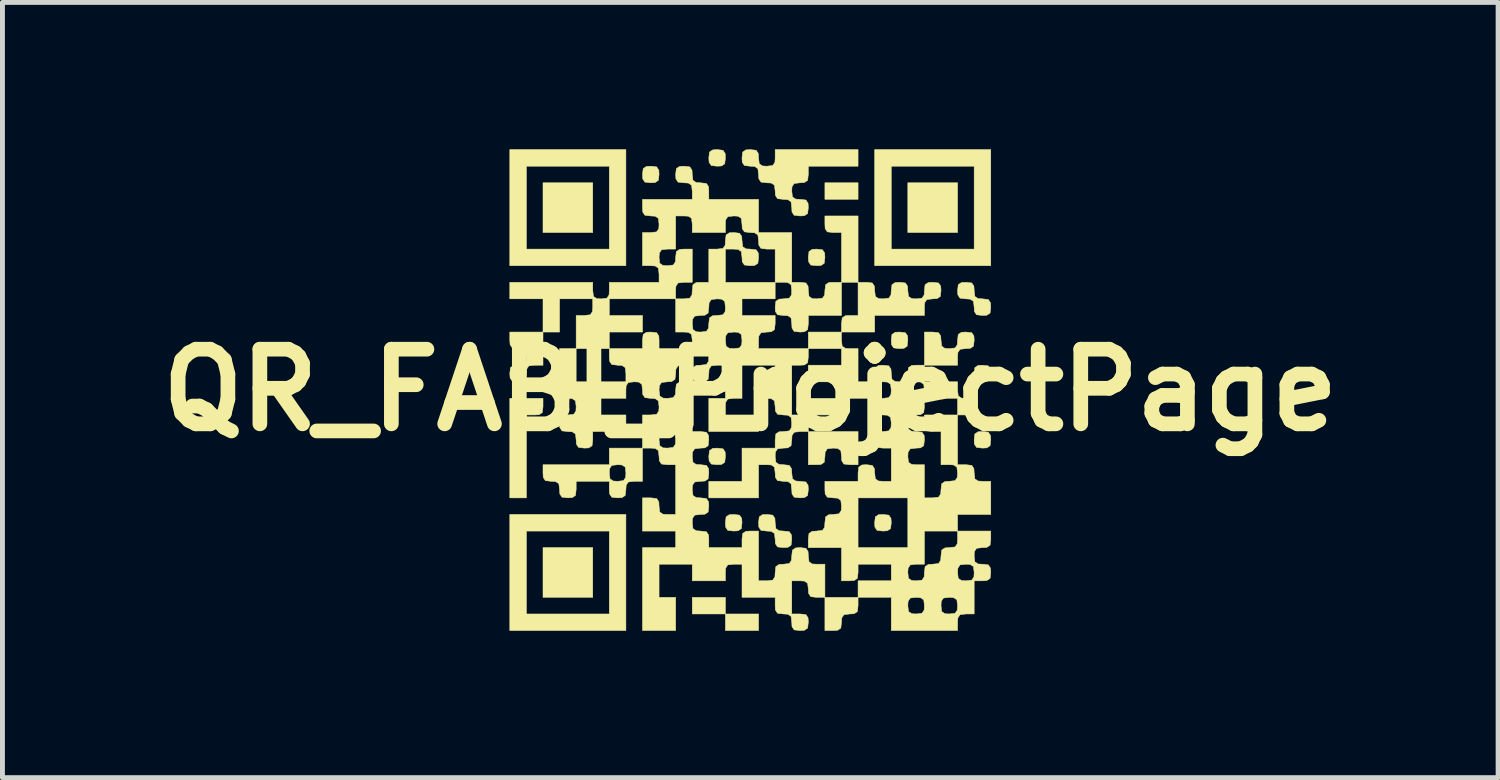
<source format=kicad_pcb>
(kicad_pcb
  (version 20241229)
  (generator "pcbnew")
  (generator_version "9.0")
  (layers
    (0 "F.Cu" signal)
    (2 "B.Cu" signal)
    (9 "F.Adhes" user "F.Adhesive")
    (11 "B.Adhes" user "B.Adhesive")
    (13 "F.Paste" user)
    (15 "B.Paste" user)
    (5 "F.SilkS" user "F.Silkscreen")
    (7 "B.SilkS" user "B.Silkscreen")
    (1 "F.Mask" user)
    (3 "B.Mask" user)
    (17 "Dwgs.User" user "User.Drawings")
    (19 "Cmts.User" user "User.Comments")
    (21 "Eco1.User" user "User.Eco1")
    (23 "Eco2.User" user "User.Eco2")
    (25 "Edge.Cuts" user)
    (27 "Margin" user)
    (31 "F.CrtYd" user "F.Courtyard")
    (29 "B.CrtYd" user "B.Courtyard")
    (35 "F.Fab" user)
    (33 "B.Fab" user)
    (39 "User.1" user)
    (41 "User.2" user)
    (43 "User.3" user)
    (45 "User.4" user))
  (footprint "QR_FABI_ProjectPage"
    (layer "F.Cu")
    (at 12.272 4.916)
    (property "Reference" "QR_FABI_ProjectPage" (at 0 0 0) (layer "F.SilkS") (effects (font (size 1.524 1.524) (thickness 0.3))))
    (attr through_hole)
    (fp_poly (pts (xy -3.217 -3.217) (xy -4.233 -3.217) (xy -4.233 -4.233) (xy -3.217 -4.233) (xy -3.217 -3.217)) (stroke (width 0.01) (type solid)) (fill yes) (layer "F.SilkS"))
    (fp_poly (pts (xy -3.217 4.233) (xy -4.233 4.233) (xy -4.233 3.217) (xy -3.217 3.217) (xy -3.217 4.233)) (stroke (width 0.01) (type solid)) (fill yes) (layer "F.SilkS"))
    (fp_poly (pts (xy -1.185 4.572) (xy -1.185 4.233) (xy -0.508 4.233) (xy -0.508 4.572) (xy -1.185 4.572)) (stroke (width 0.01) (type solid)) (fill yes) (layer "F.SilkS"))
    (fp_poly (pts (xy 0.169 4.572) (xy 0.169 4.911) (xy -0.508 4.911) (xy -0.508 4.572) (xy 0.169 4.572)) (stroke (width 0.01) (type solid)) (fill yes) (layer "F.SilkS"))
    (fp_poly (pts (xy 2.201 -3.895) (xy 1.524 -3.895) (xy 1.524 -4.233) (xy 2.201 -4.233) (xy 2.201 -3.895)) (stroke (width 0.01) (type solid)) (fill yes) (layer "F.SilkS"))
    (fp_poly (pts (xy 4.233 -3.217) (xy 3.217 -3.217) (xy 3.217 -4.233) (xy 4.233 -4.233) (xy 4.233 -3.217)) (stroke (width 0.01) (type solid)) (fill yes) (layer "F.SilkS"))
    (fp_poly (pts (xy -4.233 0.339) (xy -4.247 0.459) (xy -4.313 0.503) (xy -4.403 0.508) (xy -4.572 0.508) (xy -4.572 2.201) (xy -4.911 2.201) (xy -4.911 0.169) (xy -4.233 0.169) (xy -4.233 0.339)) (stroke (width 0.01) (type solid)) (fill yes) (layer "F.SilkS"))
    (fp_poly (pts (xy 1.863 -3.217) (xy 1.693 -3.217) (xy 1.573 -3.231) (xy 1.529 -3.297) (xy 1.524 -3.387) (xy 1.524 -3.556) (xy 2.201 -3.556) (xy 2.201 -2.201) (xy 1.863 -2.201) (xy 1.863 -3.217)) (stroke (width 0.01) (type solid)) (fill yes) (layer "F.SilkS"))
    (fp_poly (pts (xy -2.54 -2.54) (xy -4.911 -2.54) (xy -4.911 -4.572) (xy -4.572 -4.572) (xy -4.572 -2.879) (xy -2.879 -2.879) (xy -2.879 -4.572) (xy -4.572 -4.572) (xy -4.911 -4.572) (xy -4.911 -4.911) (xy -2.54 -4.911) (xy -2.54 -2.54)) (stroke (width 0.01) (type solid)) (fill yes) (layer "F.SilkS"))
    (fp_poly (pts (xy -2.54 4.911) (xy -4.911 4.911) (xy -4.911 2.879) (xy -4.572 2.879) (xy -4.572 4.572) (xy -2.879 4.572) (xy -2.879 2.879) (xy -4.572 2.879) (xy -4.911 2.879) (xy -4.911 2.54) (xy -2.54 2.54) (xy -2.54 4.911)) (stroke (width 0.01) (type solid)) (fill yes) (layer "F.SilkS"))
    (fp_poly (pts (xy 4.911 -2.54) (xy 2.54 -2.54) (xy 2.54 -4.572) (xy 2.879 -4.572) (xy 2.879 -2.879) (xy 4.572 -2.879) (xy 4.572 -4.572) (xy 2.879 -4.572) (xy 2.54 -4.572) (xy 2.54 -4.911) (xy 4.911 -4.911) (xy 4.911 -2.54)) (stroke (width 0.01) (type solid)) (fill yes) (layer "F.SilkS"))
    (fp_poly (pts (xy -1.912 -4.558) (xy -1.868 -4.492) (xy -1.863 -4.403) (xy -1.877 -4.283) (xy -1.943 -4.239) (xy -2.032 -4.233) (xy -2.152 -4.247) (xy -2.196 -4.313) (xy -2.201 -4.403) (xy -2.187 -4.523) (xy -2.121 -4.567) (xy -2.032 -4.572) (xy -1.912 -4.558)) (stroke (width 0.01) (type solid)) (fill yes) (layer "F.SilkS"))
    (fp_poly (pts (xy -0.557 -4.897) (xy -0.513 -4.831) (xy -0.508 -4.741) (xy -0.522 -4.621) (xy -0.588 -4.577) (xy -0.677 -4.572) (xy -0.797 -4.586) (xy -0.841 -4.652) (xy -0.847 -4.741) (xy -0.833 -4.861) (xy -0.767 -4.905) (xy -0.677 -4.911) (xy -0.557 -4.897)) (stroke (width 0.01) (type solid)) (fill yes) (layer "F.SilkS"))
    (fp_poly (pts (xy -0.557 1.199) (xy -0.513 1.265) (xy -0.508 1.355) (xy -0.522 1.475) (xy -0.588 1.519) (xy -0.677 1.524) (xy -0.797 1.51) (xy -0.841 1.444) (xy -0.847 1.355) (xy -0.833 1.235) (xy -0.767 1.191) (xy -0.677 1.185) (xy -0.557 1.199)) (stroke (width 0.01) (type solid)) (fill yes) (layer "F.SilkS"))
    (fp_poly (pts (xy -0.219 2.554) (xy -0.175 2.62) (xy -0.169 2.709) (xy -0.183 2.829) (xy -0.249 2.873) (xy -0.339 2.879) (xy -0.459 2.865) (xy -0.503 2.799) (xy -0.508 2.709) (xy -0.494 2.589) (xy -0.428 2.545) (xy -0.339 2.54) (xy -0.219 2.554)) (stroke (width 0.01) (type solid)) (fill yes) (layer "F.SilkS"))
    (fp_poly (pts (xy 1.475 -2.865) (xy 1.519 -2.799) (xy 1.524 -2.709) (xy 1.51 -2.589) (xy 1.444 -2.545) (xy 1.355 -2.54) (xy 1.235 -2.554) (xy 1.191 -2.62) (xy 1.185 -2.709) (xy 1.199 -2.829) (xy 1.265 -2.873) (xy 1.355 -2.879) (xy 1.475 -2.865)) (stroke (width 0.01) (type solid)) (fill yes) (layer "F.SilkS"))
    (fp_poly (pts (xy 2.829 2.554) (xy 2.873 2.62) (xy 2.879 2.709) (xy 2.865 2.829) (xy 2.799 2.873) (xy 2.709 2.879) (xy 2.589 2.865) (xy 2.545 2.799) (xy 2.54 2.709) (xy 2.554 2.589) (xy 2.62 2.545) (xy 2.709 2.54) (xy 2.829 2.554)) (stroke (width 0.01) (type solid)) (fill yes) (layer "F.SilkS"))
    (fp_poly (pts (xy 3.168 -1.171) (xy 3.212 -1.105) (xy 3.217 -1.016) (xy 3.203 -0.896) (xy 3.137 -0.852) (xy 3.048 -0.847) (xy 2.928 -0.861) (xy 2.884 -0.927) (xy 2.879 -1.016) (xy 2.893 -1.136) (xy 2.959 -1.18) (xy 3.048 -1.185) (xy 3.168 -1.171)) (stroke (width 0.01) (type solid)) (fill yes) (layer "F.SilkS"))
    (fp_poly (pts (xy 4.861 -0.494) (xy 4.905 -0.428) (xy 4.911 -0.339) (xy 4.897 -0.219) (xy 4.831 -0.175) (xy 4.741 -0.169) (xy 4.621 -0.183) (xy 4.577 -0.249) (xy 4.572 -0.339) (xy 4.586 -0.459) (xy 4.652 -0.503) (xy 4.741 -0.508) (xy 4.861 -0.494)) (stroke (width 0.01) (type solid)) (fill yes) (layer "F.SilkS"))
    (fp_poly (pts (xy 4.861 0.861) (xy 4.905 0.927) (xy 4.911 1.016) (xy 4.897 1.136) (xy 4.831 1.18) (xy 4.741 1.185) (xy 4.621 1.171) (xy 4.577 1.105) (xy 4.572 1.016) (xy 4.586 0.896) (xy 4.652 0.852) (xy 4.741 0.847) (xy 4.861 0.861)) (stroke (width 0.01) (type solid)) (fill yes) (layer "F.SilkS"))
    (fp_poly (pts (xy 2.201 4.403) (xy 2.187 4.523) (xy 2.121 4.567) (xy 2.032 4.572) (xy 1.912 4.586) (xy 1.868 4.652) (xy 1.863 4.741) (xy 1.849 4.861) (xy 1.783 4.905) (xy 1.693 4.911) (xy 1.524 4.911) (xy 1.524 4.233) (xy 2.201 4.233) (xy 2.201 4.403)) (stroke (width 0.01) (type solid)) (fill yes) (layer "F.SilkS"))
    (fp_poly (pts (xy 2.201 1.524) (xy 2.032 1.524) (xy 1.912 1.51) (xy 1.868 1.444) (xy 1.863 1.355) (xy 1.849 1.235) (xy 1.783 1.191) (xy 1.693 1.185) (xy 1.573 1.199) (xy 1.529 1.265) (xy 1.524 1.355) (xy 1.51 1.475) (xy 1.444 1.519) (xy 1.355 1.524) (xy 1.185 1.524) (xy 1.185 0.847) (xy 2.201 0.847) (xy 2.201 1.524)) (stroke (width 0.01) (type solid)) (fill yes) (layer "F.SilkS"))
    (fp_poly (pts (xy 0.459 2.554) (xy 0.503 2.62) (xy 0.508 2.709) (xy 0.522 2.829) (xy 0.588 2.873) (xy 0.677 2.879) (xy 0.797 2.893) (xy 0.841 2.959) (xy 0.847 3.048) (xy 0.833 3.168) (xy 0.767 3.212) (xy 0.677 3.217) (xy 0.557 3.203) (xy 0.513 3.137) (xy 0.508 3.048) (xy 0.494 2.928) (xy 0.428 2.884) (xy 0.339 2.879) (xy 0.219 2.865) (xy 0.175 2.799) (xy 0.169 2.709) (xy 0.183 2.589) (xy 0.249 2.545) (xy 0.339 2.54) (xy 0.459 2.554)) (stroke (width 0.01) (type solid)) (fill yes) (layer "F.SilkS"))
    (fp_poly (pts (xy 4.523 -2.187) (xy 4.567 -2.121) (xy 4.572 -2.032) (xy 4.586 -1.912) (xy 4.652 -1.868) (xy 4.741 -1.863) (xy 4.861 -1.849) (xy 4.905 -1.783) (xy 4.911 -1.693) (xy 4.897 -1.573) (xy 4.831 -1.529) (xy 4.741 -1.524) (xy 4.621 -1.538) (xy 4.577 -1.604) (xy 4.572 -1.693) (xy 4.558 -1.813) (xy 4.492 -1.857) (xy 4.403 -1.863) (xy 4.283 -1.877) (xy 4.239 -1.943) (xy 4.233 -2.032) (xy 4.247 -2.152) (xy 4.313 -2.196) (xy 4.403 -2.201) (xy 4.523 -2.187)) (stroke (width 0.01) (type solid)) (fill yes) (layer "F.SilkS"))
    (fp_poly (pts (xy -4.233 -0.508) (xy -4.403 -0.508) (xy -4.523 -0.494) (xy -4.567 -0.428) (xy -4.572 -0.339) (xy -4.586 -0.219) (xy -4.652 -0.175) (xy -4.741 -0.169) (xy -4.861 -0.183) (xy -4.905 -0.249) (xy -4.911 -0.339) (xy -4.897 -0.459) (xy -4.831 -0.503) (xy -4.741 -0.508) (xy -4.621 -0.522) (xy -4.577 -0.588) (xy -4.572 -0.677) (xy -4.586 -0.797) (xy -4.652 -0.841) (xy -4.741 -0.847) (xy -4.861 -0.861) (xy -4.905 -0.927) (xy -4.911 -1.016) (xy -4.911 -1.185) (xy -4.233 -1.185) (xy -4.233 -0.508)) (stroke (width 0.01) (type solid)) (fill yes) (layer "F.SilkS"))
    (fp_poly (pts (xy 3.556 -1.185) (xy 3.725 -1.185) (xy 3.845 -1.171) (xy 3.889 -1.105) (xy 3.895 -1.016) (xy 3.909 -0.896) (xy 3.975 -0.852) (xy 4.064 -0.847) (xy 4.184 -0.861) (xy 4.228 -0.927) (xy 4.233 -1.016) (xy 4.247 -1.136) (xy 4.313 -1.18) (xy 4.403 -1.185) (xy 4.523 -1.171) (xy 4.567 -1.105) (xy 4.572 -1.016) (xy 4.558 -0.896) (xy 4.492 -0.852) (xy 4.403 -0.847) (xy 4.283 -0.833) (xy 4.239 -0.767) (xy 4.233 -0.677) (xy 4.233 -0.508) (xy 3.556 -0.508) (xy 3.556 -1.185)) (stroke (width 0.01) (type solid)) (fill yes) (layer "F.SilkS"))
    (fp_poly (pts (xy -2.201 1.863) (xy -2.371 1.863) (xy -2.491 1.877) (xy -2.535 1.943) (xy -2.54 2.032) (xy -2.554 2.152) (xy -2.62 2.196) (xy -2.709 2.201) (xy -2.829 2.187) (xy -2.873 2.121) (xy -2.879 2.032) (xy -2.879 1.863) (xy -3.556 1.863) (xy -3.556 2.032) (xy -3.57 2.152) (xy -3.636 2.196) (xy -3.725 2.201) (xy -3.845 2.187) (xy -3.889 2.121) (xy -3.895 2.032) (xy -3.909 1.912) (xy -3.975 1.868) (xy -4.064 1.863) (xy -4.184 1.849) (xy -4.228 1.783) (xy -4.233 1.693) (xy -2.879 1.693) (xy -2.865 1.813) (xy -2.799 1.857) (xy -2.709 1.863) (xy -2.589 1.849) (xy -2.545 1.783) (xy -2.54 1.693) (xy -2.554 1.573) (xy -2.62 1.529) (xy -2.709 1.524) (xy -2.829 1.538) (xy -2.873 1.604) (xy -2.879 1.693) (xy -4.233 1.693) (xy -4.233 1.524) (xy -2.879 1.524) (xy -2.879 1.185) (xy -2.201 1.185) (xy -2.201 1.863)) (stroke (width 0.01) (type solid)) (fill yes) (layer "F.SilkS"))
    (fp_poly (pts (xy 1.863 -1.355) (xy 1.877 -1.475) (xy 1.943 -1.519) (xy 2.032 -1.524) (xy 2.201 -1.524) (xy 2.201 -2.201) (xy 2.371 -2.201) (xy 2.491 -2.187) (xy 2.535 -2.121) (xy 2.54 -2.032) (xy 2.554 -1.912) (xy 2.62 -1.868) (xy 2.709 -1.863) (xy 2.829 -1.877) (xy 2.873 -1.943) (xy 2.879 -2.032) (xy 2.893 -2.152) (xy 2.959 -2.196) (xy 3.048 -2.201) (xy 3.168 -2.187) (xy 3.212 -2.121) (xy 3.217 -2.032) (xy 3.231 -1.912) (xy 3.297 -1.868) (xy 3.387 -1.863) (xy 3.507 -1.877) (xy 3.551 -1.943) (xy 3.556 -2.032) (xy 3.57 -2.152) (xy 3.636 -2.196) (xy 3.725 -2.201) (xy 3.845 -2.187) (xy 3.889 -2.121) (xy 3.895 -2.032) (xy 3.881 -1.912) (xy 3.815 -1.868) (xy 3.725 -1.863) (xy 3.605 -1.849) (xy 3.561 -1.783) (xy 3.556 -1.693) (xy 3.556 -1.524) (xy 2.54 -1.524) (xy 2.54 -1.185) (xy 1.863 -1.185) (xy 1.863 -1.355)) (stroke (width 0.01) (type solid)) (fill yes) (layer "F.SilkS"))
    (fp_poly (pts (xy 2.201 -4.572) (xy 1.185 -4.572) (xy 1.185 -4.403) (xy 1.171 -4.283) (xy 1.105 -4.239) (xy 1.016 -4.233) (xy 0.896 -4.219) (xy 0.852 -4.153) (xy 0.847 -4.064) (xy 0.861 -3.944) (xy 0.927 -3.9) (xy 1.016 -3.895) (xy 1.136 -3.881) (xy 1.18 -3.815) (xy 1.185 -3.725) (xy 1.171 -3.605) (xy 1.105 -3.561) (xy 1.016 -3.556) (xy 0.896 -3.57) (xy 0.852 -3.636) (xy 0.847 -3.725) (xy 0.833 -3.845) (xy 0.767 -3.889) (xy 0.677 -3.895) (xy 0.557 -3.909) (xy 0.513 -3.975) (xy 0.508 -4.064) (xy 0.494 -4.184) (xy 0.428 -4.228) (xy 0.339 -4.233) (xy 0.219 -4.247) (xy 0.175 -4.313) (xy 0.169 -4.403) (xy 0.155 -4.523) (xy 0.089 -4.567) (xy 0 -4.572) (xy -0.12 -4.586) (xy -0.164 -4.652) (xy -0.169 -4.741) (xy -0.155 -4.861) (xy -0.089 -4.905) (xy 0 -4.911) (xy 0.12 -4.897) (xy 0.164 -4.831) (xy 0.169 -4.741) (xy 0.183 -4.621) (xy 0.249 -4.577) (xy 0.339 -4.572) (xy 0.459 -4.586) (xy 0.503 -4.652) (xy 0.508 -4.741) (xy 0.508 -4.911) (xy 2.201 -4.911) (xy 2.201 -4.572)) (stroke (width 0.01) (type solid)) (fill yes) (layer "F.SilkS"))
    (fp_poly (pts (xy 1.863 -1.524) (xy 1.185 -1.524) (xy 1.185 -1.355) (xy 1.171 -1.235) (xy 1.105 -1.191) (xy 1.016 -1.185) (xy 0.896 -1.199) (xy 0.852 -1.265) (xy 0.847 -1.355) (xy 0.833 -1.475) (xy 0.767 -1.519) (xy 0.677 -1.524) (xy 0.557 -1.538) (xy 0.513 -1.604) (xy 0.508 -1.693) (xy 0.522 -1.813) (xy 0.588 -1.857) (xy 0.677 -1.863) (xy 0.797 -1.877) (xy 0.841 -1.943) (xy 0.847 -2.032) (xy 0.833 -2.152) (xy 0.767 -2.196) (xy 0.677 -2.201) (xy 0.508 -2.201) (xy 0.508 -2.879) (xy 0.339 -2.879) (xy 0.219 -2.893) (xy 0.175 -2.959) (xy 0.169 -3.048) (xy 0.155 -3.168) (xy 0.089 -3.212) (xy 0 -3.217) (xy -0.12 -3.231) (xy -0.164 -3.297) (xy -0.169 -3.387) (xy -0.183 -3.507) (xy -0.249 -3.551) (xy -0.339 -3.556) (xy -0.459 -3.542) (xy -0.503 -3.476) (xy -0.508 -3.387) (xy -0.508 -3.217) (xy -1.185 -3.217) (xy -1.185 -3.387) (xy -1.199 -3.507) (xy -1.265 -3.551) (xy -1.355 -3.556) (xy -1.524 -3.556) (xy -1.524 -2.879) (xy -1.693 -2.879) (xy -1.813 -2.865) (xy -1.857 -2.799) (xy -1.863 -2.709) (xy -1.849 -2.589) (xy -1.783 -2.545) (xy -1.693 -2.54) (xy -1.573 -2.554) (xy -1.529 -2.62) (xy -1.524 -2.709) (xy -1.51 -2.829) (xy -1.444 -2.873) (xy -1.355 -2.879) (xy -1.185 -2.879) (xy -1.185 -2.201) (xy -1.355 -2.201) (xy -1.475 -2.187) (xy -1.519 -2.121) (xy -1.524 -2.032) (xy -1.524 -1.863) (xy -2.879 -1.863) (xy -2.879 -1.524) (xy -2.201 -1.524) (xy -2.201 -1.185) (xy -2.879 -1.185) (xy -2.879 -0.847) (xy -3.556 -0.847) (xy -3.556 -1.524) (xy -3.387 -1.524) (xy -3.267 -1.538) (xy -3.223 -1.604) (xy -3.217 -1.693) (xy -3.217 -1.863) (xy -3.895 -1.863) (xy -3.895 -1.185) (xy -4.233 -1.185) (xy -4.233 -1.863) (xy -4.911 -1.863) (xy -4.911 -2.201) (xy -3.217 -2.201) (xy -3.217 -2.032) (xy -3.203 -1.912) (xy -3.137 -1.868) (xy -3.048 -1.863) (xy -2.928 -1.877) (xy -2.884 -1.943) (xy -2.879 -2.032) (xy -2.879 -2.201) (xy -1.863 -2.201) (xy -1.863 -2.371) (xy -1.877 -2.491) (xy -1.943 -2.535) (xy -2.032 -2.54) (xy -2.201 -2.54) (xy -2.201 -3.217) (xy -2.032 -3.217) (xy -1.912 -3.231) (xy -1.868 -3.297) (xy -1.863 -3.387) (xy -1.877 -3.507) (xy -1.943 -3.551) (xy -2.032 -3.556) (xy -2.152 -3.57) (xy -2.196 -3.636) (xy -2.201 -3.725) (xy -2.201 -3.895) (xy -1.185 -3.895) (xy -1.185 -4.064) (xy -1.199 -4.184) (xy -1.265 -4.228) (xy -1.355 -4.233) (xy -1.475 -4.247) (xy -1.519 -4.313) (xy -1.524 -4.403) (xy -1.51 -4.523) (xy -1.444 -4.567) (xy -1.355 -4.572) (xy -1.235 -4.558) (xy -1.191 -4.492) (xy -1.185 -4.403) (xy -1.171 -4.283) (xy -1.105 -4.239) (xy -1.016 -4.233) (xy -0.896 -4.219) (xy -0.852 -4.153) (xy -0.847 -4.064) (xy -0.847 -3.895) (xy 0.169 -3.895) (xy 0.169 -3.217) (xy 0.847 -3.217) (xy 0.847 -2.201) (xy 1.016 -2.201) (xy 1.136 -2.187) (xy 1.18 -2.121) (xy 1.185 -2.032) (xy 1.199 -1.912) (xy 1.265 -1.868) (xy 1.355 -1.863) (xy 1.475 -1.877) (xy 1.519 -1.943) (xy 1.524 -2.032) (xy 1.538 -2.152) (xy 1.604 -2.196) (xy 1.693 -2.201) (xy 1.863 -2.201) (xy 1.863 -1.524)) (stroke (width 0.01) (type solid)) (fill yes) (layer "F.SilkS"))
    (fp_poly (pts (xy -0.219 -3.203) (xy -0.175 -3.137) (xy -0.169 -3.048) (xy -0.155 -2.928) (xy -0.089 -2.884) (xy 0 -2.879) (xy 0.12 -2.865) (xy 0.164 -2.799) (xy 0.169 -2.709) (xy 0.155 -2.589) (xy 0.089 -2.545) (xy 0 -2.54) (xy -0.12 -2.554) (xy -0.164 -2.62) (xy -0.169 -2.709) (xy -0.183 -2.829) (xy -0.249 -2.873) (xy -0.339 -2.879) (xy -0.508 -2.879) (xy -0.508 -2.201) (xy 0.508 -2.201) (xy 0.508 -1.863) (xy -0.169 -1.863) (xy -0.169 -1.524) (xy 0.508 -1.524) (xy 0.508 -1.355) (xy 0.494 -1.235) (xy 0.428 -1.191) (xy 0.339 -1.185) (xy 0.219 -1.171) (xy 0.175 -1.105) (xy 0.169 -1.016) (xy 0.169 -0.847) (xy 1.185 -0.847) (xy 1.185 -0.677) (xy 1.171 -0.557) (xy 1.105 -0.513) (xy 1.016 -0.508) (xy 0.847 -0.508) (xy 0.847 0.508) (xy 1.016 0.508) (xy 1.136 0.494) (xy 1.18 0.428) (xy 1.185 0.339) (xy 1.185 0.169) (xy 1.863 0.169) (xy 1.863 0.508) (xy 1.185 0.508) (xy 1.185 0.847) (xy 1.016 0.847) (xy 0.896 0.861) (xy 0.852 0.927) (xy 0.847 1.016) (xy 0.833 1.136) (xy 0.767 1.18) (xy 0.677 1.185) (xy 0.557 1.199) (xy 0.513 1.265) (xy 0.508 1.355) (xy 0.522 1.475) (xy 0.588 1.519) (xy 0.677 1.524) (xy 0.797 1.538) (xy 0.841 1.604) (xy 0.847 1.693) (xy 0.861 1.813) (xy 0.927 1.857) (xy 1.016 1.863) (xy 1.136 1.877) (xy 1.18 1.943) (xy 1.185 2.032) (xy 1.171 2.152) (xy 1.105 2.196) (xy 1.016 2.201) (xy 0.896 2.187) (xy 0.852 2.121) (xy 0.847 2.032) (xy 0.833 1.912) (xy 0.767 1.868) (xy 0.677 1.863) (xy 0.557 1.849) (xy 0.513 1.783) (xy 0.508 1.693) (xy 0.494 1.573) (xy 0.428 1.529) (xy 0.339 1.524) (xy 0.169 1.524) (xy 0.169 2.201) (xy -0.847 2.201) (xy -0.847 1.863) (xy -0.169 1.863) (xy -0.169 1.185) (xy 0.508 1.185) (xy 0.508 1.016) (xy 0.522 0.896) (xy 0.588 0.852) (xy 0.677 0.847) (xy 0.797 0.833) (xy 0.841 0.767) (xy 0.847 0.677) (xy 0.833 0.557) (xy 0.767 0.513) (xy 0.677 0.508) (xy 0.557 0.494) (xy 0.513 0.428) (xy 0.508 0.339) (xy 0.494 0.219) (xy 0.428 0.175) (xy 0.339 0.169) (xy 0.219 0.155) (xy 0.175 0.089) (xy 0.169 0) (xy 0.183 -0.12) (xy 0.249 -0.164) (xy 0.339 -0.169) (xy 0.459 -0.183) (xy 0.503 -0.249) (xy 0.508 -0.339) (xy 0.508 -0.508) (xy -0.169 -0.508) (xy -0.169 0.169) (xy -0.339 0.169) (xy -0.459 0.183) (xy -0.503 0.249) (xy -0.508 0.339) (xy -0.508 0.508) (xy 0.169 0.508) (xy 0.169 0.847) (xy -0.847 0.847) (xy -0.847 0.169) (xy -0.508 0.169) (xy -0.508 -0.508) (xy -0.677 -0.508) (xy -0.797 -0.494) (xy -0.841 -0.428) (xy -0.847 -0.339) (xy -0.861 -0.219) (xy -0.927 -0.175) (xy -1.016 -0.169) (xy -1.136 -0.183) (xy -1.18 -0.249) (xy -1.185 -0.339) (xy -1.171 -0.459) (xy -1.105 -0.503) (xy -1.016 -0.508) (xy -0.896 -0.522) (xy -0.852 -0.588) (xy -0.847 -0.677) (xy -0.861 -0.797) (xy -0.927 -0.841) (xy -1.016 -0.847) (xy -1.136 -0.861) (xy -1.18 -0.927) (xy -1.185 -1.016) (xy -0.508 -1.016) (xy -0.494 -0.896) (xy -0.428 -0.852) (xy -0.339 -0.847) (xy -0.219 -0.861) (xy -0.175 -0.927) (xy -0.169 -1.016) (xy -0.183 -1.136) (xy -0.249 -1.18) (xy -0.339 -1.185) (xy -0.459 -1.171) (xy -0.503 -1.105) (xy -0.508 -1.016) (xy -1.185 -1.016) (xy -1.199 -1.136) (xy -1.265 -1.18) (xy -1.355 -1.185) (xy -1.524 -1.185) (xy -1.524 -1.355) (xy -1.185 -1.355) (xy -1.171 -1.235) (xy -1.105 -1.191) (xy -1.016 -1.185) (xy -0.896 -1.199) (xy -0.852 -1.265) (xy -0.847 -1.355) (xy -0.833 -1.475) (xy -0.767 -1.519) (xy -0.677 -1.524) (xy -0.557 -1.538) (xy -0.513 -1.604) (xy -0.508 -1.693) (xy -0.522 -1.813) (xy -0.588 -1.857) (xy -0.677 -1.863) (xy -0.797 -1.849) (xy -0.841 -1.783) (xy -0.847 -1.693) (xy -0.861 -1.573) (xy -0.927 -1.529) (xy -1.016 -1.524) (xy -1.136 -1.51) (xy -1.18 -1.444) (xy -1.185 -1.355) (xy -1.524 -1.355) (xy -1.524 -1.863) (xy -1.355 -1.863) (xy -1.235 -1.877) (xy -1.191 -1.943) (xy -1.185 -2.032) (xy -1.171 -2.152) (xy -1.105 -2.196) (xy -1.016 -2.201) (xy -0.847 -2.201) (xy -0.847 -2.879) (xy -0.677 -2.879) (xy -0.557 -2.893) (xy -0.513 -2.959) (xy -0.508 -3.048) (xy -0.494 -3.168) (xy -0.428 -3.212) (xy -0.339 -3.217) (xy -0.219 -3.203)) (stroke (width 0.01) (type solid)) (fill yes) (layer "F.SilkS"))
    (fp_poly (pts (xy 1.355 4.233) (xy 1.235 4.219) (xy 1.191 4.153) (xy 1.185 4.064) (xy 1.171 3.944) (xy 1.105 3.9) (xy 1.016 3.895) (xy 0.847 3.895) (xy 0.847 4.572) (xy 1.016 4.572) (xy 1.136 4.586) (xy 1.18 4.652) (xy 1.185 4.741) (xy 1.171 4.861) (xy 1.105 4.905) (xy 1.016 4.911) (xy 0.896 4.897) (xy 0.852 4.831) (xy 0.847 4.741) (xy 0.833 4.621) (xy 0.767 4.577) (xy 0.677 4.572) (xy 0.557 4.558) (xy 0.513 4.492) (xy 0.508 4.403) (xy 0.508 4.233) (xy -0.169 4.233) (xy -0.169 3.556) (xy -0.339 3.556) (xy -0.459 3.57) (xy -0.503 3.636) (xy -0.508 3.725) (xy -0.508 3.895) (xy -1.185 3.895) (xy -1.185 3.556) (xy -1.863 3.556) (xy -1.863 4.233) (xy -1.524 4.233) (xy -1.524 4.911) (xy -2.201 4.911) (xy -2.201 3.217) (xy -1.524 3.217) (xy -1.524 2.879) (xy -2.201 2.879) (xy -2.201 2.201) (xy -2.032 2.201) (xy -1.912 2.215) (xy -1.868 2.281) (xy -1.863 2.371) (xy -1.849 2.491) (xy -1.783 2.535) (xy -1.693 2.54) (xy -1.524 2.54) (xy -1.524 1.524) (xy -1.693 1.524) (xy -1.813 1.51) (xy -1.857 1.444) (xy -1.863 1.355) (xy -1.877 1.235) (xy -1.943 1.191) (xy -2.032 1.185) (xy -2.201 1.185) (xy -2.201 1.016) (xy -1.863 1.016) (xy -1.849 1.136) (xy -1.783 1.18) (xy -1.693 1.185) (xy -1.573 1.171) (xy -1.529 1.105) (xy -1.524 1.016) (xy -1.538 0.896) (xy -1.604 0.852) (xy -1.693 0.847) (xy -1.813 0.861) (xy -1.857 0.927) (xy -1.863 1.016) (xy -2.201 1.016) (xy -2.201 0.508) (xy -2.032 0.508) (xy -1.912 0.494) (xy -1.868 0.428) (xy -1.863 0.339) (xy -1.877 0.219) (xy -1.943 0.175) (xy -2.032 0.169) (xy -2.152 0.155) (xy -2.196 0.089) (xy -2.201 0) (xy -2.215 -0.12) (xy -2.281 -0.164) (xy -2.371 -0.169) (xy -2.491 -0.155) (xy -2.535 -0.089) (xy -2.54 0) (xy -2.54 0.169) (xy -3.217 0.169) (xy -3.217 0.508) (xy -2.54 0.508) (xy -2.54 0.847) (xy -3.217 0.847) (xy -3.217 1.016) (xy -3.231 1.136) (xy -3.297 1.18) (xy -3.387 1.185) (xy -3.507 1.171) (xy -3.551 1.105) (xy -3.556 1.016) (xy -3.57 0.896) (xy -3.636 0.852) (xy -3.725 0.847) (xy -3.845 0.833) (xy -3.889 0.767) (xy -3.895 0.677) (xy -3.881 0.557) (xy -3.815 0.513) (xy -3.725 0.508) (xy -3.605 0.494) (xy -3.561 0.428) (xy -3.556 0.339) (xy -3.57 0.219) (xy -3.636 0.175) (xy -3.725 0.169) (xy -3.895 0.169) (xy -3.895 -0.847) (xy -3.556 -0.847) (xy -3.556 -0.169) (xy -2.54 -0.169) (xy -2.54 -0.339) (xy -2.554 -0.459) (xy -2.62 -0.503) (xy -2.709 -0.508) (xy -2.829 -0.522) (xy -2.873 -0.588) (xy -2.879 -0.677) (xy -2.879 -0.847) (xy -2.201 -0.847) (xy -2.201 -1.016) (xy -2.187 -1.136) (xy -2.121 -1.18) (xy -2.032 -1.185) (xy -1.912 -1.171) (xy -1.868 -1.105) (xy -1.863 -1.016) (xy -1.863 -0.847) (xy -1.185 -0.847) (xy -1.185 -0.677) (xy -1.199 -0.557) (xy -1.265 -0.513) (xy -1.355 -0.508) (xy -1.475 -0.494) (xy -1.519 -0.428) (xy -1.524 -0.339) (xy -1.538 -0.219) (xy -1.604 -0.175) (xy -1.693 -0.169) (xy -1.813 -0.155) (xy -1.857 -0.089) (xy -1.863 0) (xy -1.849 0.12) (xy -1.783 0.164) (xy -1.693 0.169) (xy -1.573 0.155) (xy -1.529 0.089) (xy -1.524 0) (xy -1.51 -0.12) (xy -1.444 -0.164) (xy -1.355 -0.169) (xy -1.185 -0.169) (xy -1.185 0.847) (xy -1.016 0.847) (xy -0.896 0.861) (xy -0.852 0.927) (xy -0.847 1.016) (xy -0.861 1.136) (xy -0.927 1.18) (xy -1.016 1.185) (xy -1.136 1.199) (xy -1.18 1.265) (xy -1.185 1.355) (xy -1.171 1.475) (xy -1.105 1.519) (xy -1.016 1.524) (xy -0.896 1.538) (xy -0.852 1.604) (xy -0.847 1.693) (xy -0.861 1.813) (xy -0.927 1.857) (xy -1.016 1.863) (xy -1.136 1.877) (xy -1.18 1.943) (xy -1.185 2.032) (xy -1.171 2.152) (xy -1.105 2.196) (xy -1.016 2.201) (xy -0.896 2.215) (xy -0.852 2.281) (xy -0.847 2.371) (xy -0.861 2.491) (xy -0.927 2.535) (xy -1.016 2.54) (xy -1.136 2.554) (xy -1.18 2.62) (xy -1.185 2.709) (xy -1.171 2.829) (xy -1.105 2.873) (xy -1.016 2.879) (xy -0.896 2.893) (xy -0.852 2.959) (xy -0.847 3.048) (xy -0.847 3.217) (xy -0.169 3.217) (xy -0.169 3.048) (xy -0.155 2.928) (xy -0.089 2.884) (xy 0 2.879) (xy 0.169 2.879) (xy 0.169 3.895) (xy 0.339 3.895) (xy 0.459 3.881) (xy 0.503 3.815) (xy 0.508 3.725) (xy 0.522 3.605) (xy 0.588 3.561) (xy 0.677 3.556) (xy 0.797 3.542) (xy 0.841 3.476) (xy 0.847 3.387) (xy 0.861 3.267) (xy 0.927 3.223) (xy 1.016 3.217) (xy 1.136 3.231) (xy 1.18 3.297) (xy 1.185 3.387) (xy 1.199 3.507) (xy 1.265 3.551) (xy 1.355 3.556) (xy 1.524 3.556) (xy 1.524 4.233) (xy 1.355 4.233)) (stroke (width 0.01) (type solid)) (fill yes) (layer "F.SilkS"))
    (fp_poly (pts (xy 1.863 -1.016) (xy 1.877 -0.896) (xy 1.943 -0.852) (xy 2.032 -0.847) (xy 2.201 -0.847) (xy 2.201 -0.169) (xy 2.371 -0.169) (xy 2.491 -0.183) (xy 2.535 -0.249) (xy 2.54 -0.339) (xy 2.554 -0.459) (xy 2.62 -0.503) (xy 2.709 -0.508) (xy 2.829 -0.494) (xy 2.873 -0.428) (xy 2.879 -0.339) (xy 2.893 -0.219) (xy 2.959 -0.175) (xy 3.048 -0.169) (xy 3.168 -0.183) (xy 3.212 -0.249) (xy 3.217 -0.339) (xy 3.231 -0.459) (xy 3.297 -0.503) (xy 3.387 -0.508) (xy 3.556 -0.508) (xy 3.556 -0.169) (xy 4.233 -0.169) (xy 4.233 0) (xy 4.247 0.12) (xy 4.313 0.164) (xy 4.403 0.169) (xy 4.523 0.183) (xy 4.567 0.249) (xy 4.572 0.339) (xy 4.558 0.459) (xy 4.492 0.503) (xy 4.403 0.508) (xy 4.233 0.508) (xy 4.233 1.524) (xy 4.403 1.524) (xy 4.523 1.538) (xy 4.567 1.604) (xy 4.572 1.693) (xy 4.586 1.813) (xy 4.652 1.857) (xy 4.741 1.863) (xy 4.911 1.863) (xy 4.911 2.54) (xy 4.233 2.54) (xy 4.233 2.879) (xy 4.911 2.879) (xy 4.911 3.048) (xy 4.897 3.168) (xy 4.831 3.212) (xy 4.741 3.217) (xy 4.621 3.231) (xy 4.577 3.297) (xy 4.572 3.387) (xy 4.586 3.507) (xy 4.652 3.551) (xy 4.741 3.556) (xy 4.861 3.57) (xy 4.905 3.636) (xy 4.911 3.725) (xy 4.897 3.845) (xy 4.831 3.889) (xy 4.741 3.895) (xy 4.572 3.895) (xy 4.572 4.572) (xy 4.403 4.572) (xy 4.283 4.586) (xy 4.239 4.652) (xy 4.233 4.741) (xy 4.233 4.911) (xy 2.879 4.911) (xy 2.879 4.403) (xy 3.217 4.403) (xy 3.231 4.523) (xy 3.297 4.567) (xy 3.387 4.572) (xy 3.507 4.558) (xy 3.551 4.492) (xy 3.556 4.403) (xy 3.895 4.403) (xy 3.909 4.523) (xy 3.975 4.567) (xy 4.064 4.572) (xy 4.184 4.558) (xy 4.228 4.492) (xy 4.233 4.403) (xy 4.219 4.283) (xy 4.153 4.239) (xy 4.064 4.233) (xy 3.944 4.247) (xy 3.9 4.313) (xy 3.895 4.403) (xy 3.556 4.403) (xy 3.542 4.283) (xy 3.476 4.239) (xy 3.387 4.233) (xy 3.267 4.247) (xy 3.223 4.313) (xy 3.217 4.403) (xy 2.879 4.403) (xy 2.879 4.233) (xy 2.201 4.233) (xy 2.201 3.895) (xy 2.879 3.895) (xy 2.879 3.725) (xy 3.217 3.725) (xy 3.231 3.845) (xy 3.297 3.889) (xy 3.387 3.895) (xy 3.507 3.881) (xy 3.551 3.815) (xy 3.556 3.725) (xy 4.233 3.725) (xy 4.247 3.845) (xy 4.313 3.889) (xy 4.403 3.895) (xy 4.523 3.881) (xy 4.567 3.815) (xy 4.572 3.725) (xy 4.558 3.605) (xy 4.492 3.561) (xy 4.403 3.556) (xy 4.283 3.57) (xy 4.239 3.636) (xy 4.233 3.725) (xy 3.556 3.725) (xy 3.57 3.605) (xy 3.636 3.561) (xy 3.725 3.556) (xy 3.845 3.542) (xy 3.889 3.476) (xy 3.895 3.387) (xy 3.909 3.267) (xy 3.975 3.223) (xy 4.064 3.217) (xy 4.184 3.203) (xy 4.228 3.137) (xy 4.233 3.048) (xy 4.233 2.879) (xy 3.556 2.879) (xy 3.556 3.556) (xy 3.387 3.556) (xy 3.267 3.57) (xy 3.223 3.636) (xy 3.217 3.725) (xy 2.879 3.725) (xy 2.879 3.556) (xy 2.201 3.556) (xy 2.201 3.725) (xy 2.187 3.845) (xy 2.121 3.889) (xy 2.032 3.895) (xy 1.863 3.895) (xy 1.863 3.217) (xy 1.185 3.217) (xy 1.185 3.048) (xy 1.199 2.928) (xy 1.265 2.884) (xy 1.355 2.879) (xy 1.475 2.865) (xy 1.519 2.799) (xy 1.524 2.709) (xy 1.538 2.589) (xy 1.604 2.545) (xy 1.693 2.54) (xy 1.813 2.526) (xy 1.857 2.46) (xy 1.863 2.371) (xy 1.849 2.251) (xy 1.783 2.207) (xy 1.693 2.201) (xy 2.201 2.201) (xy 2.201 3.217) (xy 3.217 3.217) (xy 3.217 2.201) (xy 2.201 2.201) (xy 1.693 2.201) (xy 1.573 2.187) (xy 1.529 2.121) (xy 1.524 2.032) (xy 1.524 1.863) (xy 2.201 1.863) (xy 2.201 1.693) (xy 2.215 1.573) (xy 2.281 1.529) (xy 2.371 1.524) (xy 2.491 1.538) (xy 2.535 1.604) (xy 2.54 1.693) (xy 2.554 1.813) (xy 2.62 1.857) (xy 2.709 1.863) (xy 2.879 1.863) (xy 2.879 1.185) (xy 2.709 1.185) (xy 2.589 1.171) (xy 2.545 1.105) (xy 2.54 1.016) (xy 2.554 0.896) (xy 2.62 0.852) (xy 2.709 0.847) (xy 2.829 0.833) (xy 2.873 0.767) (xy 2.879 0.677) (xy 2.865 0.557) (xy 2.799 0.513) (xy 2.709 0.508) (xy 2.589 0.494) (xy 2.545 0.428) (xy 2.54 0.339) (xy 2.554 0.219) (xy 2.62 0.175) (xy 2.709 0.169) (xy 2.829 0.155) (xy 2.873 0.089) (xy 2.879 0) (xy 3.217 0) (xy 3.231 0.12) (xy 3.297 0.164) (xy 3.387 0.169) (xy 3.507 0.183) (xy 3.551 0.249) (xy 3.556 0.339) (xy 3.542 0.459) (xy 3.476 0.503) (xy 3.387 0.508) (xy 3.267 0.522) (xy 3.223 0.588) (xy 3.217 0.677) (xy 3.231 0.797) (xy 3.297 0.841) (xy 3.387 0.847) (xy 3.507 0.861) (xy 3.551 0.927) (xy 3.556 1.016) (xy 3.542 1.136) (xy 3.476 1.18) (xy 3.387 1.185) (xy 3.267 1.199) (xy 3.223 1.265) (xy 3.217 1.355) (xy 3.231 1.475) (xy 3.297 1.519) (xy 3.387 1.524) (xy 3.556 1.524) (xy 3.556 2.201) (xy 3.725 2.201) (xy 3.845 2.187) (xy 3.889 2.121) (xy 3.895 2.032) (xy 3.909 1.912) (xy 3.975 1.868) (xy 4.064 1.863) (xy 4.184 1.849) (xy 4.228 1.783) (xy 4.233 1.693) (xy 4.219 1.573) (xy 4.153 1.529) (xy 4.064 1.524) (xy 3.895 1.524) (xy 3.895 0.847) (xy 3.725 0.847) (xy 3.605 0.833) (xy 3.561 0.767) (xy 3.556 0.677) (xy 3.556 0.508) (xy 4.233 0.508) (xy 4.233 0.169) (xy 3.556 0.169) (xy 3.556 0) (xy 3.542 -0.12) (xy 3.476 -0.164) (xy 3.387 -0.169) (xy 3.267 -0.155) (xy 3.223 -0.089) (xy 3.217 0) (xy 2.879 0) (xy 2.865 -0.12) (xy 2.799 -0.164) (xy 2.709 -0.169) (xy 2.589 -0.155) (xy 2.545 -0.089) (xy 2.54 0) (xy 2.54 0.169) (xy 1.863 0.169) (xy 1.863 -0.169) (xy 1.185 -0.169) (xy 1.185 -0.508) (xy 1.863 -0.508) (xy 1.863 -0.847) (xy 1.185 -0.847) (xy 1.185 -1.185) (xy 1.863 -1.185) (xy 1.863 -1.016)) (stroke (width 0.01) (type solid)) (fill yes) (layer "F.SilkS")))
  (gr_rect
    (start -3 -3)
    (end 27.544 12.831)
    (stroke (width 0.1) (type default))
    (fill no)
    (layer "Edge.Cuts")))
</source>
